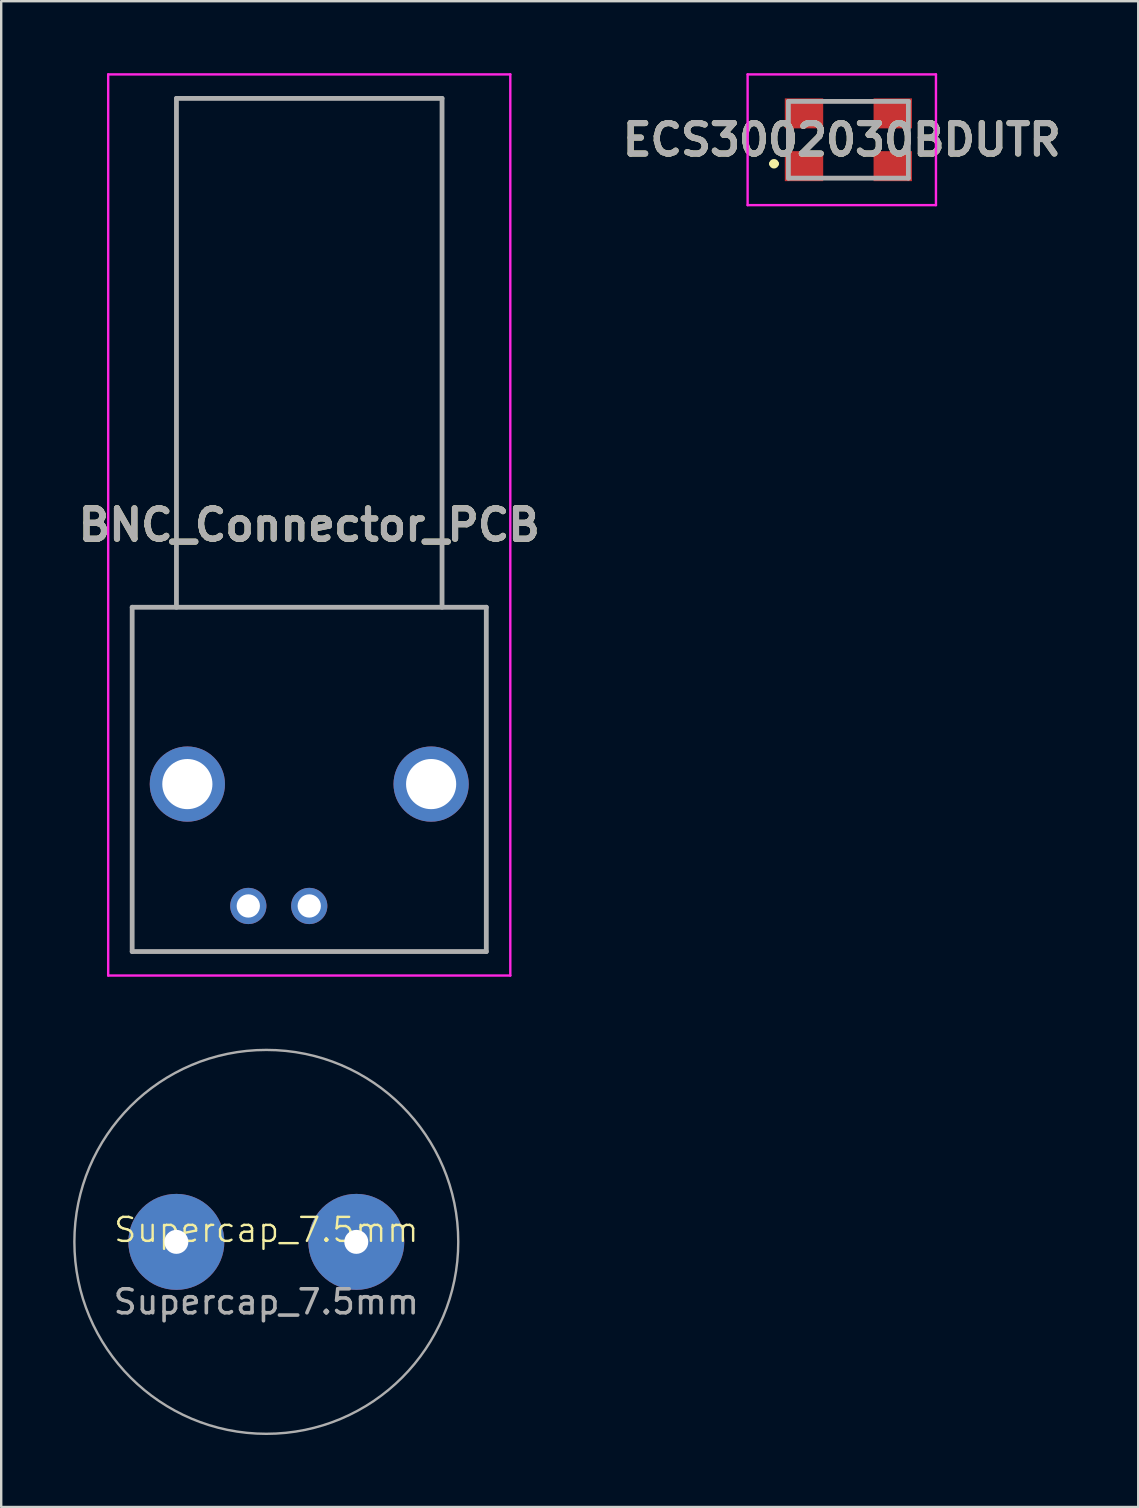
<source format=kicad_pcb>
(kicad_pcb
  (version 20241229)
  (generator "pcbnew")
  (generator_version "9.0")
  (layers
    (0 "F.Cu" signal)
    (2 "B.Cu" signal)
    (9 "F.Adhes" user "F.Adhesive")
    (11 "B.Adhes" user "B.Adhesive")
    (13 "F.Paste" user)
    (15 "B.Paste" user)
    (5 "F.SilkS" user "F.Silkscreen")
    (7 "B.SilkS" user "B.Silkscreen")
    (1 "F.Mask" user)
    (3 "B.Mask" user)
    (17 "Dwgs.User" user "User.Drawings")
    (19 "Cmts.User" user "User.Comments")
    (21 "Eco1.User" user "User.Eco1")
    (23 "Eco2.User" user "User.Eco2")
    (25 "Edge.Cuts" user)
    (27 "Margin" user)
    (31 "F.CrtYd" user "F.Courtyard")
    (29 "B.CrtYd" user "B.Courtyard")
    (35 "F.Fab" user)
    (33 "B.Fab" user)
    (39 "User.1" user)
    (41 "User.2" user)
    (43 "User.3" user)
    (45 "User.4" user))
  (footprint "Supercap_7.5mm"
    (layer "F.Cu")
    (at 8.05 48.71)
    (property "Reference" "Supercap_7.5mm" (at 0 -0.5 0) (unlocked yes) (layer "F.SilkS") (effects (font (size 1 1) (thickness 0.1))))
    (attr through_hole)
    (fp_circle (center 0 0) (end 8 0) (stroke (width 0.1) (type default)) (fill no) (layer "F.Fab"))
    (fp_text user "${REFERENCE}" (at 0 2.5 0) (unlocked yes) (layer "F.Fab") (effects (font (size 1 1) (thickness 0.15))))
    (pad "1" thru_hole circle (at -3.75 0) (size 4 4) (drill 1) (layers "*.Cu" "*.Mask"))
    (pad "2" thru_hole circle (at 3.75 0) (size 4 4) (drill 1) (layers "*.Cu" "*.Mask")))
  (footprint "BNC_Connector_PCB"
    (layer "F.Cu")
    (at 7.299 34.71)
    (property "Reference" "BNC_Connector_PCB" (at 2.54 -15.88 0) (layer "F.SilkS") (effects (font (size 1.27 1.27) (thickness 0.254))))
    (attr through_hole)
    (fp_line (start -4.84 -12.45) (end 9.92 -12.45) (stroke (width 0.1) (type solid)) (layer "F.SilkS"))
    (fp_line (start -4.84 1.9) (end -4.84 -12.45) (stroke (width 0.1) (type solid)) (layer "F.SilkS"))
    (fp_line (start -2.995 -33.66) (end 8.075 -33.66) (stroke (width 0.1) (type solid)) (layer "F.SilkS"))
    (fp_line (start -2.995 -12.895) (end -2.995 -33.66) (stroke (width 0.1) (type solid)) (layer "F.SilkS"))
    (fp_line (start 8.075 -33.66) (end 8.075 -12.45) (stroke (width 0.1) (type solid)) (layer "F.SilkS"))
    (fp_line (start 9.92 -12.45) (end 9.92 1.9) (stroke (width 0.1) (type solid)) (layer "F.SilkS"))
    (fp_line (start 9.92 1.9) (end -4.84 1.9) (stroke (width 0.1) (type solid)) (layer "F.SilkS"))
    (fp_line (start -5.84 -34.66) (end 10.92 -34.66) (stroke (width 0.1) (type solid)) (layer "F.CrtYd"))
    (fp_line (start -5.84 2.9) (end -5.84 -34.66) (stroke (width 0.1) (type solid)) (layer "F.CrtYd"))
    (fp_line (start 10.92 -34.66) (end 10.92 2.9) (stroke (width 0.1) (type solid)) (layer "F.CrtYd"))
    (fp_line (start 10.92 2.9) (end -5.84 2.9) (stroke (width 0.1) (type solid)) (layer "F.CrtYd"))
    (fp_line (start -4.84 -12.45) (end 9.92 -12.45) (stroke (width 0.2) (type solid)) (layer "F.Fab"))
    (fp_line (start -4.84 1.9) (end -4.84 -12.45) (stroke (width 0.2) (type solid)) (layer "F.Fab"))
    (fp_line (start -2.995 -33.66) (end 8.075 -33.66) (stroke (width 0.2) (type solid)) (layer "F.Fab"))
    (fp_line (start -2.995 -12.45) (end -2.995 -33.66) (stroke (width 0.2) (type solid)) (layer "F.Fab"))
    (fp_line (start 8.075 -33.66) (end 8.075 -12.45) (stroke (width 0.2) (type solid)) (layer "F.Fab"))
    (fp_line (start 9.92 -12.45) (end 9.92 1.9) (stroke (width 0.2) (type solid)) (layer "F.Fab"))
    (fp_line (start 9.92 1.9) (end -4.84 1.9) (stroke (width 0.2) (type solid)) (layer "F.Fab"))
    (fp_text user "${REFERENCE}" (at 2.54 -15.88 0) (layer "F.Fab") (effects (font (size 1.27 1.27) (thickness 0.254))))
    (pad "1" thru_hole circle (at 0 0) (size 1.509 1.509) (drill 0.97) (layers "*.Cu" "*.Mask"))
    (pad "2" thru_hole circle (at 2.54 0) (size 1.509 1.509) (drill 0.97) (layers "*.Cu" "*.Mask"))
    (pad "MH1" thru_hole circle (at -2.54 -5.08) (size 3.135 3.135) (drill 2.09) (layers "*.Cu" "*.Mask"))
    (pad "MH2" thru_hole circle (at 7.62 -5.08) (size 3.135 3.135) (drill 2.09) (layers "*.Cu" "*.Mask")))
  (footprint "ECS3002030BDUTR"
    (layer "F.Cu")
    (at 32.31 2.775)
    (property "Reference" "ECS3002030BDUTR" (at -0.275 0 0) (layer "F.SilkS") (effects (font (size 1.27 1.27) (thickness 0.254))))
    (attr smd)
    (fp_line (start -3.2 1) (end -3.2 1) (stroke (width 0.2) (type solid)) (layer "F.SilkS"))
    (fp_line (start -3 1) (end -3 1) (stroke (width 0.2) (type solid)) (layer "F.SilkS"))
    (fp_line (start -0.5 -1.6) (end 0.5 -1.6) (stroke (width 0.1) (type solid)) (layer "F.SilkS"))
    (fp_line (start -0.5 1.6) (end 0.5 1.6) (stroke (width 0.1) (type solid)) (layer "F.SilkS"))
    (fp_arc (start -3.2 1) (mid -3.1 0.9) (end -3 1) (stroke (width 0.2) (type solid)) (layer "F.SilkS"))
    (fp_arc (start -3 1) (mid -3.1 1.1) (end -3.2 1) (stroke (width 0.2) (type solid)) (layer "F.SilkS"))
    (fp_line (start -4.2 -2.725) (end 3.65 -2.725) (stroke (width 0.1) (type solid)) (layer "F.CrtYd"))
    (fp_line (start -4.2 2.725) (end -4.2 -2.725) (stroke (width 0.1) (type solid)) (layer "F.CrtYd"))
    (fp_line (start 3.65 -2.725) (end 3.65 2.725) (stroke (width 0.1) (type solid)) (layer "F.CrtYd"))
    (fp_line (start 3.65 2.725) (end -4.2 2.725) (stroke (width 0.1) (type solid)) (layer "F.CrtYd"))
    (fp_line (start -2.5 -1.6) (end 2.5 -1.6) (stroke (width 0.2) (type solid)) (layer "F.Fab"))
    (fp_line (start -2.5 1.6) (end -2.5 -1.6) (stroke (width 0.2) (type solid)) (layer "F.Fab"))
    (fp_line (start 2.5 -1.6) (end 2.5 1.6) (stroke (width 0.2) (type solid)) (layer "F.Fab"))
    (fp_line (start 2.5 1.6) (end -2.5 1.6) (stroke (width 0.2) (type solid)) (layer "F.Fab"))
    (fp_text user "${REFERENCE}" (at -0.275 0 0) (layer "F.Fab") (effects (font (size 1.27 1.27) (thickness 0.254))))
    (pad "1" smd rect (at -1.85 1.1 90) (size 1.25 1.6) (layers "F.Cu" "F.Mask" "F.Paste"))
    (pad "2" smd rect (at 1.85 1.1 90) (size 1.25 1.6) (layers "F.Cu" "F.Mask" "F.Paste"))
    (pad "3" smd rect (at 1.85 -1.1 90) (size 1.25 1.6) (layers "F.Cu" "F.Mask" "F.Paste"))
    (pad "4" smd rect (at -1.85 -1.1 90) (size 1.25 1.6) (layers "F.Cu" "F.Mask" "F.Paste")))
  (gr_rect
    (start -3 -3)
    (end 44.39 59.76)
    (stroke (width 0.1) (type default))
    (fill no)
    (layer "Edge.Cuts")))
</source>
